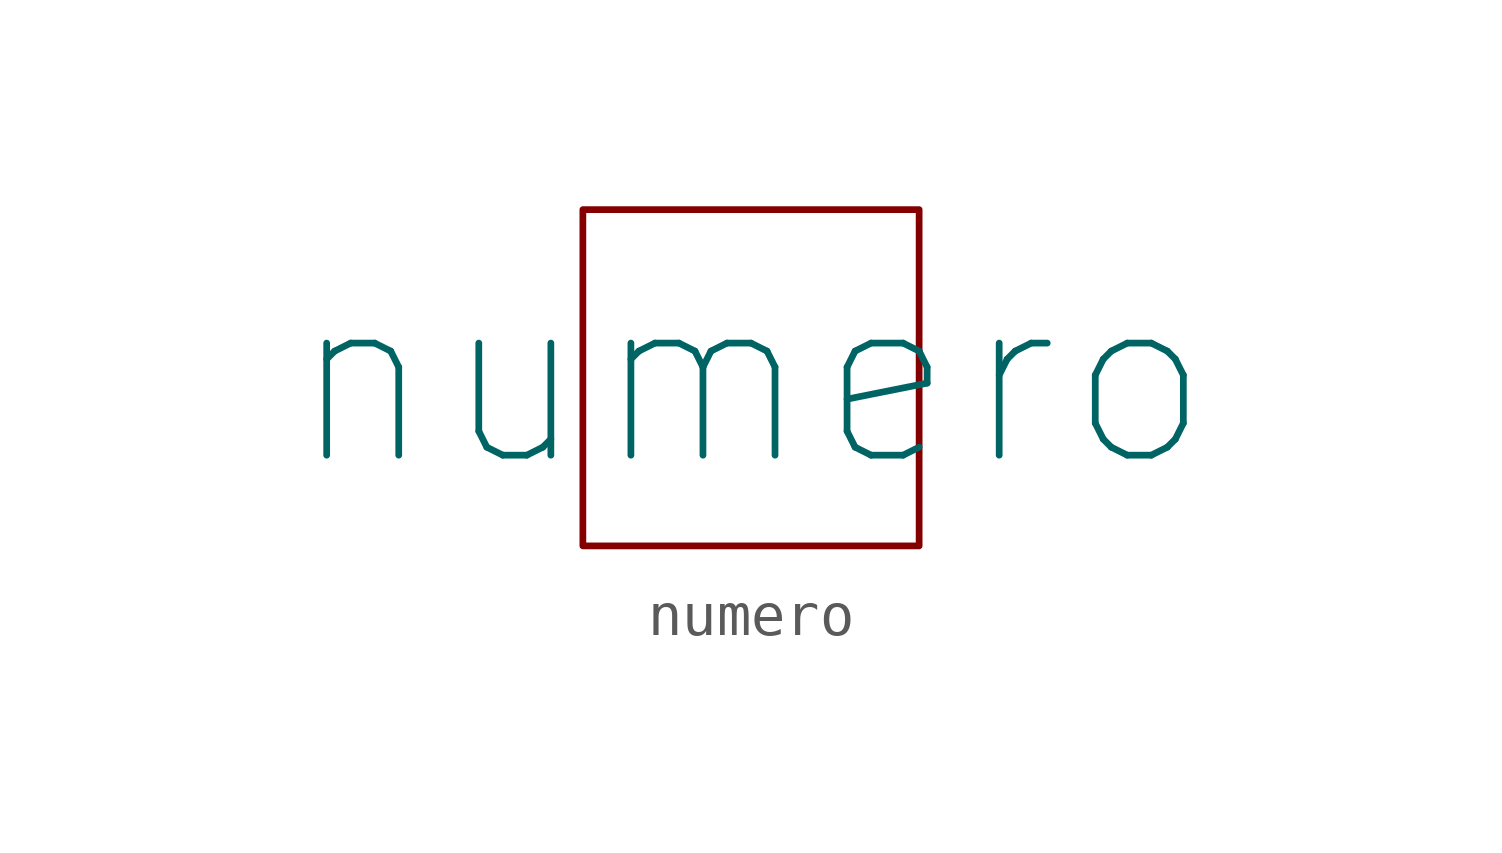
<source format=kicad_sym>
(kicad_symbol_lib
  (version 20231120)
  (generator "kicad_symbol_editor")
  (generator_version "8.0")
  (symbol "numero"
    (pin_names
      (offset 1.016))
    (property "Reference" "N"
      (at -2.54 -5.08 0)
      (effects (font (size 2.54 2.54)) (justify left) (hide yes)))
    (property "Value" "numero"
      (at 0 0 0)
      (effects (font (size 3.81 3.81))))
    (symbol "numero_0_1"
      (rectangle (start -3.81 3.81) (end 3.81 -3.81) (stroke (width 0) (type default)) (fill (type none))))))
</source>
